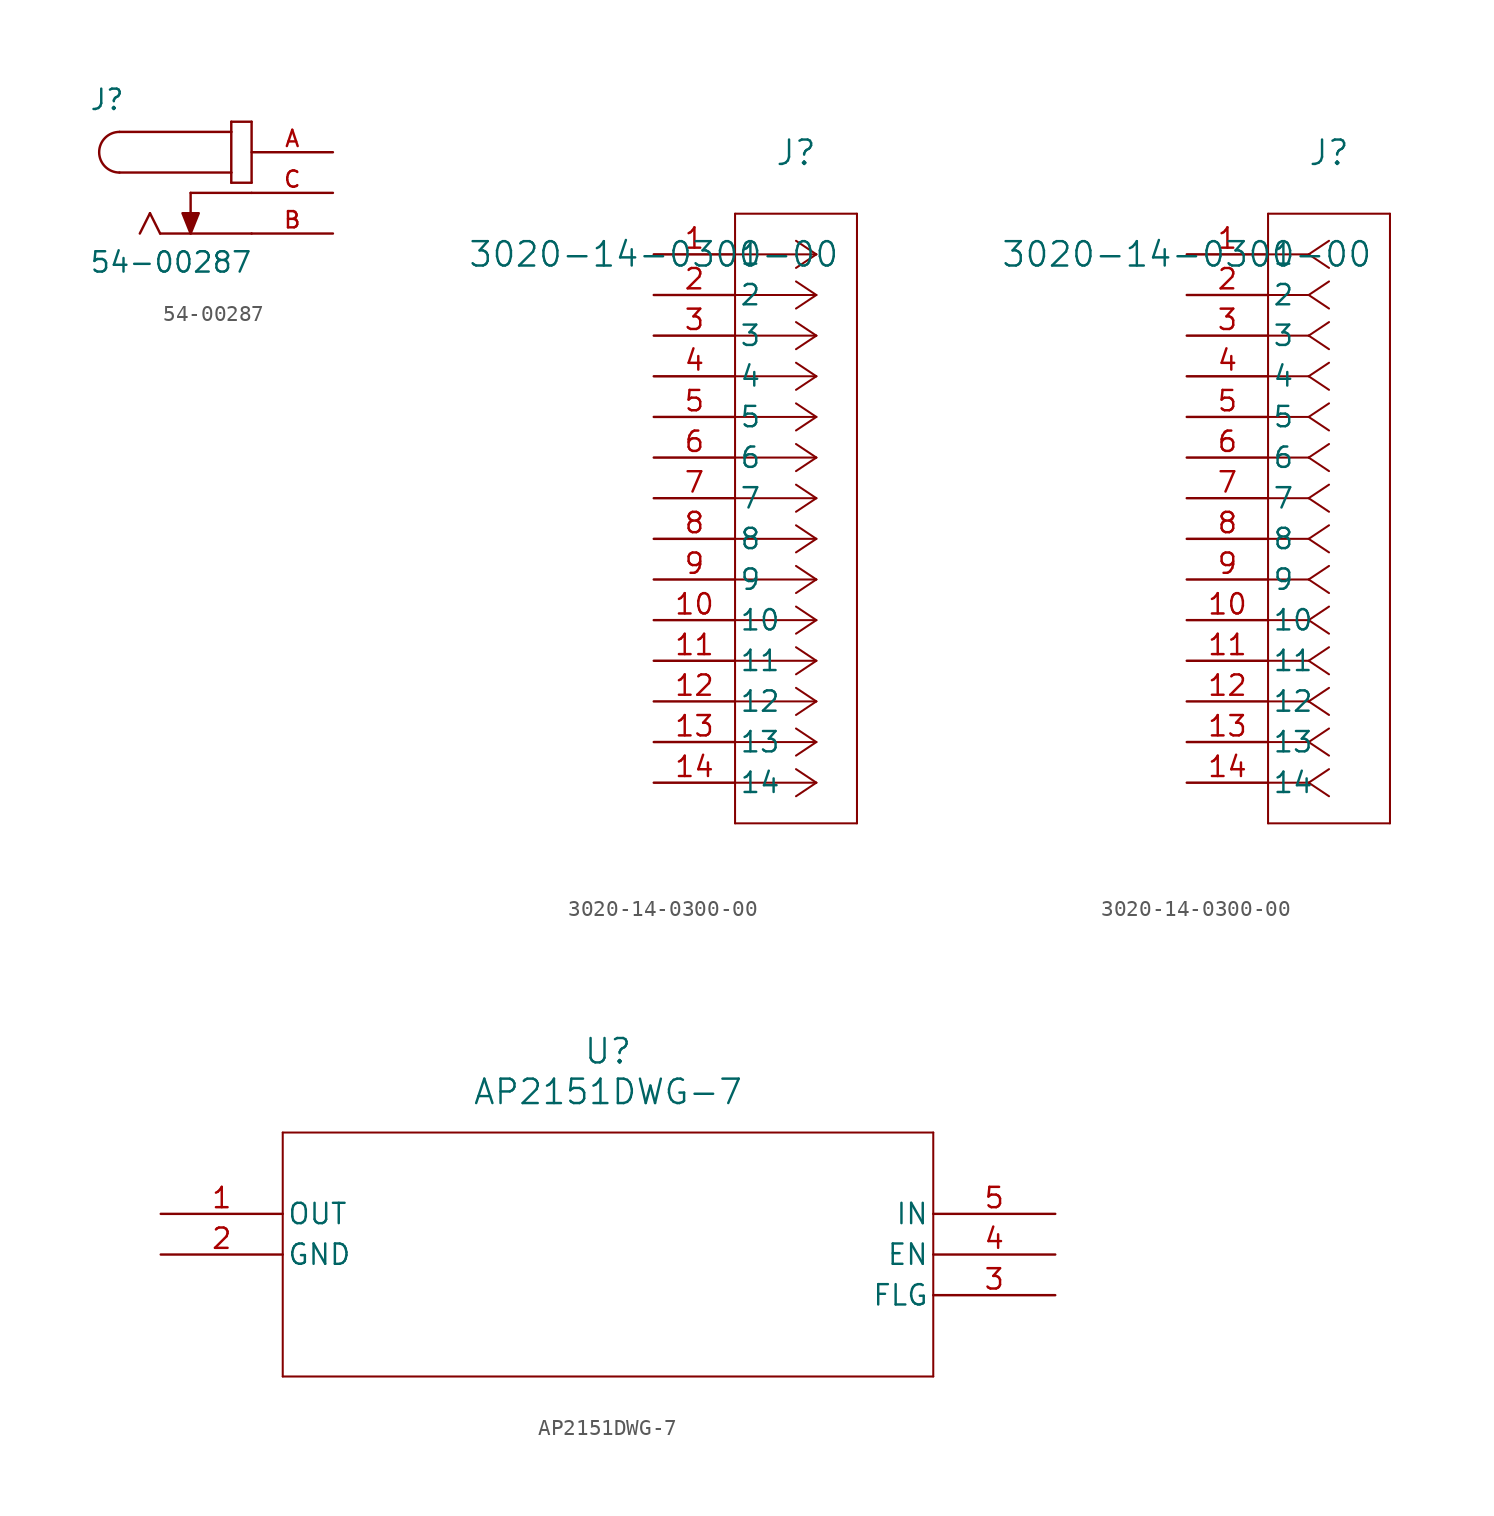
<source format=kicad_sym>
(kicad_symbol_lib
  (version 20211014)
  (generator kicad_symbol_editor)
  (symbol "54-00287"
    (pin_names
      (offset 1.016))
    (property "Reference" "J"
      (at -10.16 5.08 0)
      (effects (font (size 1.27 1.27)) (justify left bottom)))
    (property "Value" "54-00287"
      (at -10.16 -5.08 0)
      (effects (font (size 1.27 1.27)) (justify left bottom)))
    (symbol "54-00287_0_0"
      (arc (start -8.255 3.81) (mid -9.525 2.54) (end -8.255 1.27) (stroke (width 0.1524) (type default) (color 0 0 0 0)) (fill (type none)))
      (polyline (pts (xy -8.255 3.81) (xy -1.27 3.81)) (stroke (width 0.152) (type default) (color 0 0 0 0)) (fill (type none)))
      (polyline (pts (xy -6.35 -1.27) (xy -6.985 -2.54)) (stroke (width 0.152) (type default) (color 0 0 0 0)) (fill (type none)))
      (polyline (pts (xy -5.715 -2.54) (xy -6.35 -1.27)) (stroke (width 0.152) (type default) (color 0 0 0 0)) (fill (type none)))
      (polyline (pts (xy -3.81 0) (xy -3.81 -2.54)) (stroke (width 0.152) (type default) (color 0 0 0 0)) (fill (type none)))
      (polyline (pts (xy -1.27 0.635) (xy 0 0.635)) (stroke (width 0.152) (type default) (color 0 0 0 0)) (fill (type none)))
      (polyline (pts (xy -1.27 1.27) (xy -8.255 1.27)) (stroke (width 0.152) (type default) (color 0 0 0 0)) (fill (type none)))
      (polyline (pts (xy -1.27 1.27) (xy -1.27 0.635)) (stroke (width 0.152) (type default) (color 0 0 0 0)) (fill (type none)))
      (polyline (pts (xy -1.27 3.81) (xy -1.27 1.27)) (stroke (width 0.152) (type default) (color 0 0 0 0)) (fill (type none)))
      (polyline (pts (xy -1.27 4.445) (xy -1.27 3.81)) (stroke (width 0.152) (type default) (color 0 0 0 0)) (fill (type none)))
      (polyline (pts (xy 0 -2.54) (xy -5.715 -2.54)) (stroke (width 0.152) (type default) (color 0 0 0 0)) (fill (type none)))
      (polyline (pts (xy 0 0) (xy -3.81 0)) (stroke (width 0.152) (type default) (color 0 0 0 0)) (fill (type none)))
      (polyline (pts (xy 0 0.635) (xy 0 4.445)) (stroke (width 0.152) (type default) (color 0 0 0 0)) (fill (type none)))
      (polyline (pts (xy 0 4.445) (xy -1.27 4.445)) (stroke (width 0.152) (type default) (color 0 0 0 0)) (fill (type none)))
      (polyline (pts (xy -3.81 -2.54) (xy -4.318 -1.27) (xy -3.302 -1.27) (xy -3.81 -2.54)) (stroke (width 0.152) (type default) (color 0 0 0 0)) (fill (type outline)))
      (pin passive line (at 5.08 2.54 180) (length 5.08) (name "~" (effects (font (size 1.016 1.016)))) (number "A" (effects (font (size 1.016 1.016)))))
      (pin passive line (at 5.08 -2.54 180) (length 5.08) (name "~" (effects (font (size 1.016 1.016)))) (number "B" (effects (font (size 1.016 1.016)))))
      (pin passive line (at 5.08 0 180) (length 5.08) (name "~" (effects (font (size 1.016 1.016)))) (number "C" (effects (font (size 1.016 1.016)))))))
  (symbol "3020-14-0300-00"
    (pin_names
      (offset 0.254))
    (property "Reference" "J"
      (at 8.89 6.35 0)
      (effects (font (size 1.524 1.524))))
    (property "Value" "3020-14-0300-00"
      (at 0 0 0)
      (effects (font (size 1.524 1.524))))
    (property "ki_locked" ""
      (at 0 0 0)
      (effects (font (size 1.27 1.27))))
    (symbol "3020-14-0300-00_1_1"
      (polyline (pts (xy 5.08 -35.56) (xy 12.7 -35.56)) (stroke (width 0.127) (type default) (color 0 0 0 0)) (fill (type none)))
      (polyline (pts (xy 5.08 2.54) (xy 5.08 -35.56)) (stroke (width 0.127) (type default) (color 0 0 0 0)) (fill (type none)))
      (polyline (pts (xy 10.16 -33.02) (xy 5.08 -33.02)) (stroke (width 0.127) (type default) (color 0 0 0 0)) (fill (type none)))
      (polyline (pts (xy 10.16 -33.02) (xy 8.89 -33.867)) (stroke (width 0.127) (type default) (color 0 0 0 0)) (fill (type none)))
      (polyline (pts (xy 10.16 -33.02) (xy 8.89 -32.173)) (stroke (width 0.127) (type default) (color 0 0 0 0)) (fill (type none)))
      (polyline (pts (xy 10.16 -30.48) (xy 5.08 -30.48)) (stroke (width 0.127) (type default) (color 0 0 0 0)) (fill (type none)))
      (polyline (pts (xy 10.16 -30.48) (xy 8.89 -31.327)) (stroke (width 0.127) (type default) (color 0 0 0 0)) (fill (type none)))
      (polyline (pts (xy 10.16 -30.48) (xy 8.89 -29.633)) (stroke (width 0.127) (type default) (color 0 0 0 0)) (fill (type none)))
      (polyline (pts (xy 10.16 -27.94) (xy 5.08 -27.94)) (stroke (width 0.127) (type default) (color 0 0 0 0)) (fill (type none)))
      (polyline (pts (xy 10.16 -27.94) (xy 8.89 -28.787)) (stroke (width 0.127) (type default) (color 0 0 0 0)) (fill (type none)))
      (polyline (pts (xy 10.16 -27.94) (xy 8.89 -27.093)) (stroke (width 0.127) (type default) (color 0 0 0 0)) (fill (type none)))
      (polyline (pts (xy 10.16 -25.4) (xy 5.08 -25.4)) (stroke (width 0.127) (type default) (color 0 0 0 0)) (fill (type none)))
      (polyline (pts (xy 10.16 -25.4) (xy 8.89 -26.247)) (stroke (width 0.127) (type default) (color 0 0 0 0)) (fill (type none)))
      (polyline (pts (xy 10.16 -25.4) (xy 8.89 -24.553)) (stroke (width 0.127) (type default) (color 0 0 0 0)) (fill (type none)))
      (polyline (pts (xy 10.16 -22.86) (xy 5.08 -22.86)) (stroke (width 0.127) (type default) (color 0 0 0 0)) (fill (type none)))
      (polyline (pts (xy 10.16 -22.86) (xy 8.89 -23.707)) (stroke (width 0.127) (type default) (color 0 0 0 0)) (fill (type none)))
      (polyline (pts (xy 10.16 -22.86) (xy 8.89 -22.013)) (stroke (width 0.127) (type default) (color 0 0 0 0)) (fill (type none)))
      (polyline (pts (xy 10.16 -20.32) (xy 5.08 -20.32)) (stroke (width 0.127) (type default) (color 0 0 0 0)) (fill (type none)))
      (polyline (pts (xy 10.16 -20.32) (xy 8.89 -21.167)) (stroke (width 0.127) (type default) (color 0 0 0 0)) (fill (type none)))
      (polyline (pts (xy 10.16 -20.32) (xy 8.89 -19.473)) (stroke (width 0.127) (type default) (color 0 0 0 0)) (fill (type none)))
      (polyline (pts (xy 10.16 -17.78) (xy 5.08 -17.78)) (stroke (width 0.127) (type default) (color 0 0 0 0)) (fill (type none)))
      (polyline (pts (xy 10.16 -17.78) (xy 8.89 -18.627)) (stroke (width 0.127) (type default) (color 0 0 0 0)) (fill (type none)))
      (polyline (pts (xy 10.16 -17.78) (xy 8.89 -16.933)) (stroke (width 0.127) (type default) (color 0 0 0 0)) (fill (type none)))
      (polyline (pts (xy 10.16 -15.24) (xy 5.08 -15.24)) (stroke (width 0.127) (type default) (color 0 0 0 0)) (fill (type none)))
      (polyline (pts (xy 10.16 -15.24) (xy 8.89 -16.087)) (stroke (width 0.127) (type default) (color 0 0 0 0)) (fill (type none)))
      (polyline (pts (xy 10.16 -15.24) (xy 8.89 -14.393)) (stroke (width 0.127) (type default) (color 0 0 0 0)) (fill (type none)))
      (polyline (pts (xy 10.16 -12.7) (xy 5.08 -12.7)) (stroke (width 0.127) (type default) (color 0 0 0 0)) (fill (type none)))
      (polyline (pts (xy 10.16 -12.7) (xy 8.89 -13.547)) (stroke (width 0.127) (type default) (color 0 0 0 0)) (fill (type none)))
      (polyline (pts (xy 10.16 -12.7) (xy 8.89 -11.853)) (stroke (width 0.127) (type default) (color 0 0 0 0)) (fill (type none)))
      (polyline (pts (xy 10.16 -10.16) (xy 5.08 -10.16)) (stroke (width 0.127) (type default) (color 0 0 0 0)) (fill (type none)))
      (polyline (pts (xy 10.16 -10.16) (xy 8.89 -11.007)) (stroke (width 0.127) (type default) (color 0 0 0 0)) (fill (type none)))
      (polyline (pts (xy 10.16 -10.16) (xy 8.89 -9.313)) (stroke (width 0.127) (type default) (color 0 0 0 0)) (fill (type none)))
      (polyline (pts (xy 10.16 -7.62) (xy 5.08 -7.62)) (stroke (width 0.127) (type default) (color 0 0 0 0)) (fill (type none)))
      (polyline (pts (xy 10.16 -7.62) (xy 8.89 -8.467)) (stroke (width 0.127) (type default) (color 0 0 0 0)) (fill (type none)))
      (polyline (pts (xy 10.16 -7.62) (xy 8.89 -6.773)) (stroke (width 0.127) (type default) (color 0 0 0 0)) (fill (type none)))
      (polyline (pts (xy 10.16 -5.08) (xy 5.08 -5.08)) (stroke (width 0.127) (type default) (color 0 0 0 0)) (fill (type none)))
      (polyline (pts (xy 10.16 -5.08) (xy 8.89 -5.927)) (stroke (width 0.127) (type default) (color 0 0 0 0)) (fill (type none)))
      (polyline (pts (xy 10.16 -5.08) (xy 8.89 -4.233)) (stroke (width 0.127) (type default) (color 0 0 0 0)) (fill (type none)))
      (polyline (pts (xy 10.16 -2.54) (xy 5.08 -2.54)) (stroke (width 0.127) (type default) (color 0 0 0 0)) (fill (type none)))
      (polyline (pts (xy 10.16 -2.54) (xy 8.89 -3.387)) (stroke (width 0.127) (type default) (color 0 0 0 0)) (fill (type none)))
      (polyline (pts (xy 10.16 -2.54) (xy 8.89 -1.693)) (stroke (width 0.127) (type default) (color 0 0 0 0)) (fill (type none)))
      (polyline (pts (xy 10.16 0) (xy 5.08 0)) (stroke (width 0.127) (type default) (color 0 0 0 0)) (fill (type none)))
      (polyline (pts (xy 10.16 0) (xy 8.89 -0.847)) (stroke (width 0.127) (type default) (color 0 0 0 0)) (fill (type none)))
      (polyline (pts (xy 10.16 0) (xy 8.89 0.847)) (stroke (width 0.127) (type default) (color 0 0 0 0)) (fill (type none)))
      (polyline (pts (xy 12.7 -35.56) (xy 12.7 2.54)) (stroke (width 0.127) (type default) (color 0 0 0 0)) (fill (type none)))
      (polyline (pts (xy 12.7 2.54) (xy 5.08 2.54)) (stroke (width 0.127) (type default) (color 0 0 0 0)) (fill (type none)))
      (pin unspecified line (at 0 0 0) (length 5.08) (name "1" (effects (font (size 1.27 1.27)))) (number "1" (effects (font (size 1.27 1.27)))))
      (pin unspecified line (at 0 -22.86 0) (length 5.08) (name "10" (effects (font (size 1.27 1.27)))) (number "10" (effects (font (size 1.27 1.27)))))
      (pin unspecified line (at 0 -25.4 0) (length 5.08) (name "11" (effects (font (size 1.27 1.27)))) (number "11" (effects (font (size 1.27 1.27)))))
      (pin unspecified line (at 0 -27.94 0) (length 5.08) (name "12" (effects (font (size 1.27 1.27)))) (number "12" (effects (font (size 1.27 1.27)))))
      (pin unspecified line (at 0 -30.48 0) (length 5.08) (name "13" (effects (font (size 1.27 1.27)))) (number "13" (effects (font (size 1.27 1.27)))))
      (pin unspecified line (at 0 -33.02 0) (length 5.08) (name "14" (effects (font (size 1.27 1.27)))) (number "14" (effects (font (size 1.27 1.27)))))
      (pin unspecified line (at 0 -2.54 0) (length 5.08) (name "2" (effects (font (size 1.27 1.27)))) (number "2" (effects (font (size 1.27 1.27)))))
      (pin unspecified line (at 0 -5.08 0) (length 5.08) (name "3" (effects (font (size 1.27 1.27)))) (number "3" (effects (font (size 1.27 1.27)))))
      (pin unspecified line (at 0 -7.62 0) (length 5.08) (name "4" (effects (font (size 1.27 1.27)))) (number "4" (effects (font (size 1.27 1.27)))))
      (pin unspecified line (at 0 -10.16 0) (length 5.08) (name "5" (effects (font (size 1.27 1.27)))) (number "5" (effects (font (size 1.27 1.27)))))
      (pin unspecified line (at 0 -12.7 0) (length 5.08) (name "6" (effects (font (size 1.27 1.27)))) (number "6" (effects (font (size 1.27 1.27)))))
      (pin unspecified line (at 0 -15.24 0) (length 5.08) (name "7" (effects (font (size 1.27 1.27)))) (number "7" (effects (font (size 1.27 1.27)))))
      (pin unspecified line (at 0 -17.78 0) (length 5.08) (name "8" (effects (font (size 1.27 1.27)))) (number "8" (effects (font (size 1.27 1.27)))))
      (pin unspecified line (at 0 -20.32 0) (length 5.08) (name "9" (effects (font (size 1.27 1.27)))) (number "9" (effects (font (size 1.27 1.27))))))
    (symbol "3020-14-0300-00_1_2"
      (polyline (pts (xy 5.08 -35.56) (xy 12.7 -35.56)) (stroke (width 0.127) (type default) (color 0 0 0 0)) (fill (type none)))
      (polyline (pts (xy 5.08 2.54) (xy 5.08 -35.56)) (stroke (width 0.127) (type default) (color 0 0 0 0)) (fill (type none)))
      (polyline (pts (xy 7.62 -33.02) (xy 5.08 -33.02)) (stroke (width 0.127) (type default) (color 0 0 0 0)) (fill (type none)))
      (polyline (pts (xy 7.62 -33.02) (xy 8.89 -33.867)) (stroke (width 0.127) (type default) (color 0 0 0 0)) (fill (type none)))
      (polyline (pts (xy 7.62 -33.02) (xy 8.89 -32.173)) (stroke (width 0.127) (type default) (color 0 0 0 0)) (fill (type none)))
      (polyline (pts (xy 7.62 -30.48) (xy 5.08 -30.48)) (stroke (width 0.127) (type default) (color 0 0 0 0)) (fill (type none)))
      (polyline (pts (xy 7.62 -30.48) (xy 8.89 -31.327)) (stroke (width 0.127) (type default) (color 0 0 0 0)) (fill (type none)))
      (polyline (pts (xy 7.62 -30.48) (xy 8.89 -29.633)) (stroke (width 0.127) (type default) (color 0 0 0 0)) (fill (type none)))
      (polyline (pts (xy 7.62 -27.94) (xy 5.08 -27.94)) (stroke (width 0.127) (type default) (color 0 0 0 0)) (fill (type none)))
      (polyline (pts (xy 7.62 -27.94) (xy 8.89 -28.787)) (stroke (width 0.127) (type default) (color 0 0 0 0)) (fill (type none)))
      (polyline (pts (xy 7.62 -27.94) (xy 8.89 -27.093)) (stroke (width 0.127) (type default) (color 0 0 0 0)) (fill (type none)))
      (polyline (pts (xy 7.62 -25.4) (xy 5.08 -25.4)) (stroke (width 0.127) (type default) (color 0 0 0 0)) (fill (type none)))
      (polyline (pts (xy 7.62 -25.4) (xy 8.89 -26.247)) (stroke (width 0.127) (type default) (color 0 0 0 0)) (fill (type none)))
      (polyline (pts (xy 7.62 -25.4) (xy 8.89 -24.553)) (stroke (width 0.127) (type default) (color 0 0 0 0)) (fill (type none)))
      (polyline (pts (xy 7.62 -22.86) (xy 5.08 -22.86)) (stroke (width 0.127) (type default) (color 0 0 0 0)) (fill (type none)))
      (polyline (pts (xy 7.62 -22.86) (xy 8.89 -23.707)) (stroke (width 0.127) (type default) (color 0 0 0 0)) (fill (type none)))
      (polyline (pts (xy 7.62 -22.86) (xy 8.89 -22.013)) (stroke (width 0.127) (type default) (color 0 0 0 0)) (fill (type none)))
      (polyline (pts (xy 7.62 -20.32) (xy 5.08 -20.32)) (stroke (width 0.127) (type default) (color 0 0 0 0)) (fill (type none)))
      (polyline (pts (xy 7.62 -20.32) (xy 8.89 -21.167)) (stroke (width 0.127) (type default) (color 0 0 0 0)) (fill (type none)))
      (polyline (pts (xy 7.62 -20.32) (xy 8.89 -19.473)) (stroke (width 0.127) (type default) (color 0 0 0 0)) (fill (type none)))
      (polyline (pts (xy 7.62 -17.78) (xy 5.08 -17.78)) (stroke (width 0.127) (type default) (color 0 0 0 0)) (fill (type none)))
      (polyline (pts (xy 7.62 -17.78) (xy 8.89 -18.627)) (stroke (width 0.127) (type default) (color 0 0 0 0)) (fill (type none)))
      (polyline (pts (xy 7.62 -17.78) (xy 8.89 -16.933)) (stroke (width 0.127) (type default) (color 0 0 0 0)) (fill (type none)))
      (polyline (pts (xy 7.62 -15.24) (xy 5.08 -15.24)) (stroke (width 0.127) (type default) (color 0 0 0 0)) (fill (type none)))
      (polyline (pts (xy 7.62 -15.24) (xy 8.89 -16.087)) (stroke (width 0.127) (type default) (color 0 0 0 0)) (fill (type none)))
      (polyline (pts (xy 7.62 -15.24) (xy 8.89 -14.393)) (stroke (width 0.127) (type default) (color 0 0 0 0)) (fill (type none)))
      (polyline (pts (xy 7.62 -12.7) (xy 5.08 -12.7)) (stroke (width 0.127) (type default) (color 0 0 0 0)) (fill (type none)))
      (polyline (pts (xy 7.62 -12.7) (xy 8.89 -13.547)) (stroke (width 0.127) (type default) (color 0 0 0 0)) (fill (type none)))
      (polyline (pts (xy 7.62 -12.7) (xy 8.89 -11.853)) (stroke (width 0.127) (type default) (color 0 0 0 0)) (fill (type none)))
      (polyline (pts (xy 7.62 -10.16) (xy 5.08 -10.16)) (stroke (width 0.127) (type default) (color 0 0 0 0)) (fill (type none)))
      (polyline (pts (xy 7.62 -10.16) (xy 8.89 -11.007)) (stroke (width 0.127) (type default) (color 0 0 0 0)) (fill (type none)))
      (polyline (pts (xy 7.62 -10.16) (xy 8.89 -9.313)) (stroke (width 0.127) (type default) (color 0 0 0 0)) (fill (type none)))
      (polyline (pts (xy 7.62 -7.62) (xy 5.08 -7.62)) (stroke (width 0.127) (type default) (color 0 0 0 0)) (fill (type none)))
      (polyline (pts (xy 7.62 -7.62) (xy 8.89 -8.467)) (stroke (width 0.127) (type default) (color 0 0 0 0)) (fill (type none)))
      (polyline (pts (xy 7.62 -7.62) (xy 8.89 -6.773)) (stroke (width 0.127) (type default) (color 0 0 0 0)) (fill (type none)))
      (polyline (pts (xy 7.62 -5.08) (xy 5.08 -5.08)) (stroke (width 0.127) (type default) (color 0 0 0 0)) (fill (type none)))
      (polyline (pts (xy 7.62 -5.08) (xy 8.89 -5.927)) (stroke (width 0.127) (type default) (color 0 0 0 0)) (fill (type none)))
      (polyline (pts (xy 7.62 -5.08) (xy 8.89 -4.233)) (stroke (width 0.127) (type default) (color 0 0 0 0)) (fill (type none)))
      (polyline (pts (xy 7.62 -2.54) (xy 5.08 -2.54)) (stroke (width 0.127) (type default) (color 0 0 0 0)) (fill (type none)))
      (polyline (pts (xy 7.62 -2.54) (xy 8.89 -3.387)) (stroke (width 0.127) (type default) (color 0 0 0 0)) (fill (type none)))
      (polyline (pts (xy 7.62 -2.54) (xy 8.89 -1.693)) (stroke (width 0.127) (type default) (color 0 0 0 0)) (fill (type none)))
      (polyline (pts (xy 7.62 0) (xy 5.08 0)) (stroke (width 0.127) (type default) (color 0 0 0 0)) (fill (type none)))
      (polyline (pts (xy 7.62 0) (xy 8.89 -0.847)) (stroke (width 0.127) (type default) (color 0 0 0 0)) (fill (type none)))
      (polyline (pts (xy 7.62 0) (xy 8.89 0.847)) (stroke (width 0.127) (type default) (color 0 0 0 0)) (fill (type none)))
      (polyline (pts (xy 12.7 -35.56) (xy 12.7 2.54)) (stroke (width 0.127) (type default) (color 0 0 0 0)) (fill (type none)))
      (polyline (pts (xy 12.7 2.54) (xy 5.08 2.54)) (stroke (width 0.127) (type default) (color 0 0 0 0)) (fill (type none)))
      (pin unspecified line (at 0 0 0) (length 5.08) (name "1" (effects (font (size 1.27 1.27)))) (number "1" (effects (font (size 1.27 1.27)))))
      (pin unspecified line (at 0 -22.86 0) (length 5.08) (name "10" (effects (font (size 1.27 1.27)))) (number "10" (effects (font (size 1.27 1.27)))))
      (pin unspecified line (at 0 -25.4 0) (length 5.08) (name "11" (effects (font (size 1.27 1.27)))) (number "11" (effects (font (size 1.27 1.27)))))
      (pin unspecified line (at 0 -27.94 0) (length 5.08) (name "12" (effects (font (size 1.27 1.27)))) (number "12" (effects (font (size 1.27 1.27)))))
      (pin unspecified line (at 0 -30.48 0) (length 5.08) (name "13" (effects (font (size 1.27 1.27)))) (number "13" (effects (font (size 1.27 1.27)))))
      (pin unspecified line (at 0 -33.02 0) (length 5.08) (name "14" (effects (font (size 1.27 1.27)))) (number "14" (effects (font (size 1.27 1.27)))))
      (pin unspecified line (at 0 -2.54 0) (length 5.08) (name "2" (effects (font (size 1.27 1.27)))) (number "2" (effects (font (size 1.27 1.27)))))
      (pin unspecified line (at 0 -5.08 0) (length 5.08) (name "3" (effects (font (size 1.27 1.27)))) (number "3" (effects (font (size 1.27 1.27)))))
      (pin unspecified line (at 0 -7.62 0) (length 5.08) (name "4" (effects (font (size 1.27 1.27)))) (number "4" (effects (font (size 1.27 1.27)))))
      (pin unspecified line (at 0 -10.16 0) (length 5.08) (name "5" (effects (font (size 1.27 1.27)))) (number "5" (effects (font (size 1.27 1.27)))))
      (pin unspecified line (at 0 -12.7 0) (length 5.08) (name "6" (effects (font (size 1.27 1.27)))) (number "6" (effects (font (size 1.27 1.27)))))
      (pin unspecified line (at 0 -15.24 0) (length 5.08) (name "7" (effects (font (size 1.27 1.27)))) (number "7" (effects (font (size 1.27 1.27)))))
      (pin unspecified line (at 0 -17.78 0) (length 5.08) (name "8" (effects (font (size 1.27 1.27)))) (number "8" (effects (font (size 1.27 1.27)))))
      (pin unspecified line (at 0 -20.32 0) (length 5.08) (name "9" (effects (font (size 1.27 1.27)))) (number "9" (effects (font (size 1.27 1.27)))))))
  (symbol "AP2151DWG-7"
    (pin_names
      (offset 0.254))
    (property "Reference" "U"
      (at 27.94 10.16 0)
      (effects (font (size 1.524 1.524))))
    (property "Value" "AP2151DWG-7"
      (at 27.94 7.62 0)
      (effects (font (size 1.524 1.524))))
    (symbol "AP2151DWG-7_0_1"
      (polyline (pts (xy 7.62 5.08) (xy 7.62 -10.16)) (stroke (width 0.127) (type default) (color 0 0 0 0)) (fill (type none)))
      (polyline (pts (xy 7.62 -10.16) (xy 48.26 -10.16)) (stroke (width 0.127) (type default) (color 0 0 0 0)) (fill (type none)))
      (polyline (pts (xy 48.26 -10.16) (xy 48.26 5.08)) (stroke (width 0.127) (type default) (color 0 0 0 0)) (fill (type none)))
      (polyline (pts (xy 48.26 5.08) (xy 7.62 5.08)) (stroke (width 0.127) (type default) (color 0 0 0 0)) (fill (type none)))
      (pin output line (at 0 0 0) (length 7.62) (name "OUT" (effects (font (size 1.27 1.27)))) (number "1" (effects (font (size 1.27 1.27)))))
      (pin power_in line (at 0 -2.54 0) (length 7.62) (name "GND" (effects (font (size 1.27 1.27)))) (number "2" (effects (font (size 1.27 1.27)))))
      (pin unspecified line (at 55.88 -5.08 180) (length 7.62) (name "FLG" (effects (font (size 1.27 1.27)))) (number "3" (effects (font (size 1.27 1.27)))))
      (pin input line (at 55.88 -2.54 180) (length 7.62) (name "EN" (effects (font (size 1.27 1.27)))) (number "4" (effects (font (size 1.27 1.27)))))
      (pin input line (at 55.88 0 180) (length 7.62) (name "IN" (effects (font (size 1.27 1.27)))) (number "5" (effects (font (size 1.27 1.27))))))))
</source>
